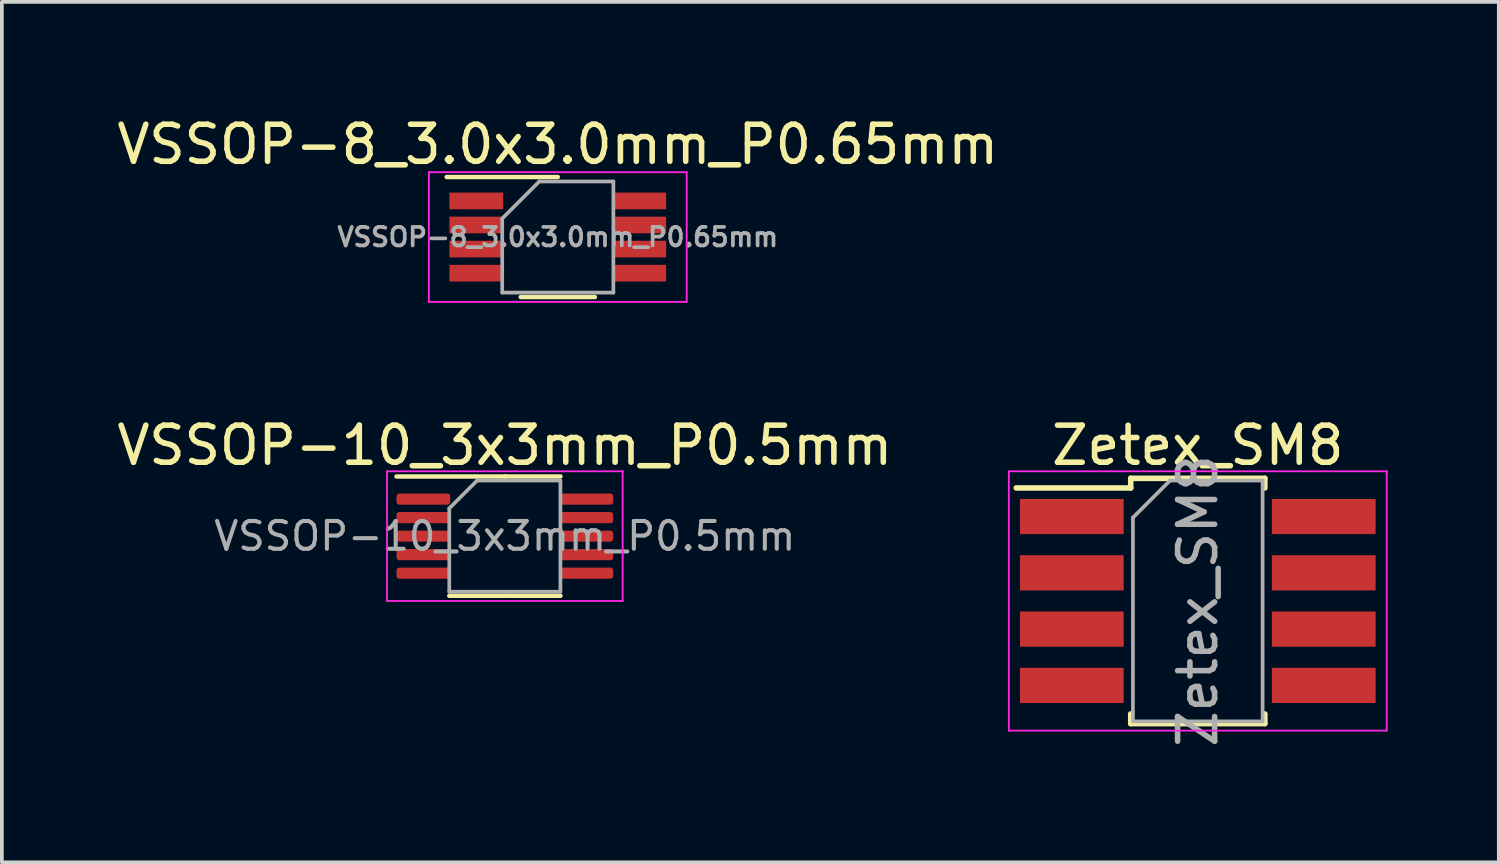
<source format=kicad_pcb>
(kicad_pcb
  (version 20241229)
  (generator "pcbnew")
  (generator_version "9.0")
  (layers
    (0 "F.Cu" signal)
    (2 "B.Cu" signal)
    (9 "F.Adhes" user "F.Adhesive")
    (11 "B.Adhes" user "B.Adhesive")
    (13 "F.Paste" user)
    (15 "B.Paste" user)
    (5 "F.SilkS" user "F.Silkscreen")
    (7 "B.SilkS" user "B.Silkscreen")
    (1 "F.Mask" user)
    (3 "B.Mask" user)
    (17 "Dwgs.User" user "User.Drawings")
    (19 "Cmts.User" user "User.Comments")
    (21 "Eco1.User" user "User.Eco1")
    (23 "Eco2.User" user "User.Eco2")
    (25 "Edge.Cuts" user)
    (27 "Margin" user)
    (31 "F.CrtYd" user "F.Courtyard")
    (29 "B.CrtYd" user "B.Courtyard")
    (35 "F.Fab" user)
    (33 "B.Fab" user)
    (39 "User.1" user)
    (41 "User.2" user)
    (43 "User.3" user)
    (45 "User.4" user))
  (footprint "VSSOP-8_3.0x3.0mm_P0.65mm"
    (layer "F.Cu")
    (at 12.006 3.348)
    (property "Reference" "VSSOP-8_3.0x3.0mm_P0.65mm" (at 0 -2.5 0) (layer "F.SilkS") (effects (font (size 1 1) (thickness 0.15))))
    (attr smd)
    (fp_line (start 0 -1.62) (end -3 -1.62) (stroke (width 0.12) (type solid)) (layer "F.SilkS"))
    (fp_line (start 1 1.62) (end -1 1.62) (stroke (width 0.12) (type solid)) (layer "F.SilkS"))
    (fp_line (start -3.48 -1.75) (end 3.48 -1.75) (stroke (width 0.05) (type solid)) (layer "F.CrtYd"))
    (fp_line (start -3.48 1.75) (end -3.48 -1.75) (stroke (width 0.05) (type solid)) (layer "F.CrtYd"))
    (fp_line (start 3.48 -1.75) (end 3.48 1.75) (stroke (width 0.05) (type solid)) (layer "F.CrtYd"))
    (fp_line (start 3.48 1.75) (end -3.48 1.75) (stroke (width 0.05) (type solid)) (layer "F.CrtYd"))
    (fp_line (start -1.5 1.5) (end -1.5 -0.5) (stroke (width 0.1) (type solid)) (layer "F.Fab"))
    (fp_line (start -0.5 -1.5) (end -1.5 -0.5) (stroke (width 0.1) (type solid)) (layer "F.Fab"))
    (fp_line (start -0.5 -1.5) (end 1.5 -1.5) (stroke (width 0.1) (type solid)) (layer "F.Fab"))
    (fp_line (start 1.5 -1.5) (end 1.5 1.5) (stroke (width 0.1) (type solid)) (layer "F.Fab"))
    (fp_line (start 1.5 1.5) (end -1.5 1.5) (stroke (width 0.1) (type solid)) (layer "F.Fab"))
    (fp_text user "${REFERENCE}" (at 0 0 0) (layer "F.Fab") (effects (font (size 0.5 0.5) (thickness 0.1))))
    (pad "1" smd rect (at -2.2 -0.975 270) (size 0.45 1.45) (layers "F.Cu" "F.Mask" "F.Paste"))
    (pad "2" smd rect (at -2.2 -0.325 270) (size 0.45 1.45) (layers "F.Cu" "F.Mask" "F.Paste"))
    (pad "3" smd rect (at -2.2 0.325 270) (size 0.45 1.45) (layers "F.Cu" "F.Mask" "F.Paste"))
    (pad "4" smd rect (at -2.2 0.975 270) (size 0.45 1.45) (layers "F.Cu" "F.Mask" "F.Paste"))
    (pad "5" smd rect (at 2.2 0.975 270) (size 0.45 1.45) (layers "F.Cu" "F.Mask" "F.Paste"))
    (pad "6" smd rect (at 2.2 0.325 270) (size 0.45 1.45) (layers "F.Cu" "F.Mask" "F.Paste"))
    (pad "7" smd rect (at 2.2 -0.325 270) (size 0.45 1.45) (layers "F.Cu" "F.Mask" "F.Paste"))
    (pad "8" smd rect (at 2.2 -0.975 270) (size 0.45 1.45) (layers "F.Cu" "F.Mask" "F.Paste")))
  (footprint "VSSOP-10_3x3mm_P0.5mm"
    (layer "F.Cu")
    (at 10.577 11.421)
    (property "Reference" "VSSOP-10_3x3mm_P0.5mm" (at 0 -2.45 0) (layer "F.SilkS") (effects (font (size 1 1) (thickness 0.15))))
    (attr smd)
    (fp_line (start 0 -1.61) (end -2.925 -1.61) (stroke (width 0.12) (type solid)) (layer "F.SilkS"))
    (fp_line (start 0 -1.61) (end 1.5 -1.61) (stroke (width 0.12) (type solid)) (layer "F.SilkS"))
    (fp_line (start 0 1.61) (end -1.5 1.61) (stroke (width 0.12) (type solid)) (layer "F.SilkS"))
    (fp_line (start 0 1.61) (end 1.5 1.61) (stroke (width 0.12) (type solid)) (layer "F.SilkS"))
    (fp_line (start -3.18 -1.75) (end -3.18 1.75) (stroke (width 0.05) (type solid)) (layer "F.CrtYd"))
    (fp_line (start -3.18 1.75) (end 3.18 1.75) (stroke (width 0.05) (type solid)) (layer "F.CrtYd"))
    (fp_line (start 3.18 -1.75) (end -3.18 -1.75) (stroke (width 0.05) (type solid)) (layer "F.CrtYd"))
    (fp_line (start 3.18 1.75) (end 3.18 -1.75) (stroke (width 0.05) (type solid)) (layer "F.CrtYd"))
    (fp_line (start -1.5 -0.75) (end -0.75 -1.5) (stroke (width 0.1) (type solid)) (layer "F.Fab"))
    (fp_line (start -1.5 1.5) (end -1.5 -0.75) (stroke (width 0.1) (type solid)) (layer "F.Fab"))
    (fp_line (start -0.75 -1.5) (end 1.5 -1.5) (stroke (width 0.1) (type solid)) (layer "F.Fab"))
    (fp_line (start 1.5 -1.5) (end 1.5 1.5) (stroke (width 0.1) (type solid)) (layer "F.Fab"))
    (fp_line (start 1.5 1.5) (end -1.5 1.5) (stroke (width 0.1) (type solid)) (layer "F.Fab"))
    (fp_text user "${REFERENCE}" (at 0 0 0) (layer "F.Fab") (effects (font (size 0.75 0.75) (thickness 0.11))))
    (pad "1" smd roundrect (at -2.2 -1) (size 1.45 0.3) (layers "F.Cu" "F.Mask" "F.Paste") (roundrect_rratio 0.25))
    (pad "2" smd roundrect (at -2.2 -0.5) (size 1.45 0.3) (layers "F.Cu" "F.Mask" "F.Paste") (roundrect_rratio 0.25))
    (pad "3" smd roundrect (at -2.2 0) (size 1.45 0.3) (layers "F.Cu" "F.Mask" "F.Paste") (roundrect_rratio 0.25))
    (pad "4" smd roundrect (at -2.2 0.5) (size 1.45 0.3) (layers "F.Cu" "F.Mask" "F.Paste") (roundrect_rratio 0.25))
    (pad "5" smd roundrect (at -2.2 1) (size 1.45 0.3) (layers "F.Cu" "F.Mask" "F.Paste") (roundrect_rratio 0.25))
    (pad "6" smd roundrect (at 2.2 1) (size 1.45 0.3) (layers "F.Cu" "F.Mask" "F.Paste") (roundrect_rratio 0.25))
    (pad "7" smd roundrect (at 2.2 0.5) (size 1.45 0.3) (layers "F.Cu" "F.Mask" "F.Paste") (roundrect_rratio 0.25))
    (pad "8" smd roundrect (at 2.2 0) (size 1.45 0.3) (layers "F.Cu" "F.Mask" "F.Paste") (roundrect_rratio 0.25))
    (pad "9" smd roundrect (at 2.2 -0.5) (size 1.45 0.3) (layers "F.Cu" "F.Mask" "F.Paste") (roundrect_rratio 0.25))
    (pad "10" smd roundrect (at 2.2 -1) (size 1.45 0.3) (layers "F.Cu" "F.Mask" "F.Paste") (roundrect_rratio 0.25)))
  (footprint "Zetex_SM8"
    (layer "F.Cu")
    (at 29.28 13.171)
    (property "Reference" "Zetex_SM8" (at 0 -4.2 0) (layer "F.SilkS") (effects (font (size 1 1) (thickness 0.15))))
    (attr smd)
    (fp_line (start -1.81 -3.31) (end -1.81 -3.05) (stroke (width 0.15) (type solid)) (layer "F.SilkS"))
    (fp_line (start -1.81 -3.31) (end 1.81 -3.31) (stroke (width 0.15) (type solid)) (layer "F.SilkS"))
    (fp_line (start -1.81 -3.05) (end -4.9 -3.05) (stroke (width 0.15) (type solid)) (layer "F.SilkS"))
    (fp_line (start -1.81 3.31) (end -1.81 3.05) (stroke (width 0.15) (type solid)) (layer "F.SilkS"))
    (fp_line (start -1.81 3.31) (end 1.81 3.31) (stroke (width 0.15) (type solid)) (layer "F.SilkS"))
    (fp_line (start 1.81 -3.31) (end 1.81 -3.05) (stroke (width 0.15) (type solid)) (layer "F.SilkS"))
    (fp_line (start 1.81 3.31) (end 1.81 3.05) (stroke (width 0.15) (type solid)) (layer "F.SilkS"))
    (fp_line (start -5.1 -3.5) (end -5.1 3.5) (stroke (width 0.05) (type solid)) (layer "F.CrtYd"))
    (fp_line (start -5.1 -3.5) (end 5.1 -3.5) (stroke (width 0.05) (type solid)) (layer "F.CrtYd"))
    (fp_line (start -5.1 3.5) (end 5.1 3.5) (stroke (width 0.05) (type solid)) (layer "F.CrtYd"))
    (fp_line (start 5.1 -3.5) (end 5.1 3.5) (stroke (width 0.05) (type solid)) (layer "F.CrtYd"))
    (fp_line (start -1.75 -2.25) (end -0.75 -3.25) (stroke (width 0.1) (type solid)) (layer "F.Fab"))
    (fp_line (start -1.75 3.25) (end -1.75 -2.25) (stroke (width 0.1) (type solid)) (layer "F.Fab"))
    (fp_line (start -0.75 -3.25) (end 1.75 -3.25) (stroke (width 0.1) (type solid)) (layer "F.Fab"))
    (fp_line (start 1.75 -3.25) (end 1.75 3.25) (stroke (width 0.1) (type solid)) (layer "F.Fab"))
    (fp_line (start 1.75 3.25) (end -1.75 3.25) (stroke (width 0.1) (type solid)) (layer "F.Fab"))
    (fp_text user "${REFERENCE}" (at 0 0 90) (layer "F.Fab") (effects (font (size 1 1) (thickness 0.15))))
    (pad "1" smd rect (at -3.4 -2.28) (size 2.8 0.95) (layers "F.Cu" "F.Mask" "F.Paste"))
    (pad "2" smd rect (at -3.4 -0.76) (size 2.8 0.95) (layers "F.Cu" "F.Mask" "F.Paste"))
    (pad "3" smd rect (at -3.4 0.76) (size 2.8 0.95) (layers "F.Cu" "F.Mask" "F.Paste"))
    (pad "4" smd rect (at -3.4 2.28) (size 2.8 0.95) (layers "F.Cu" "F.Mask" "F.Paste"))
    (pad "5" smd rect (at 3.4 2.28) (size 2.8 0.95) (layers "F.Cu" "F.Mask" "F.Paste"))
    (pad "6" smd rect (at 3.4 0.76) (size 2.8 0.95) (layers "F.Cu" "F.Mask" "F.Paste"))
    (pad "7" smd rect (at 3.4 -0.76) (size 2.8 0.95) (layers "F.Cu" "F.Mask" "F.Paste"))
    (pad "8" smd rect (at 3.4 -2.28) (size 2.8 0.95) (layers "F.Cu" "F.Mask" "F.Paste")))
  (gr_rect
    (start -3 -3)
    (end 37.405 20.225)
    (stroke (width 0.1) (type default))
    (fill no)
    (layer "Edge.Cuts")))
</source>
